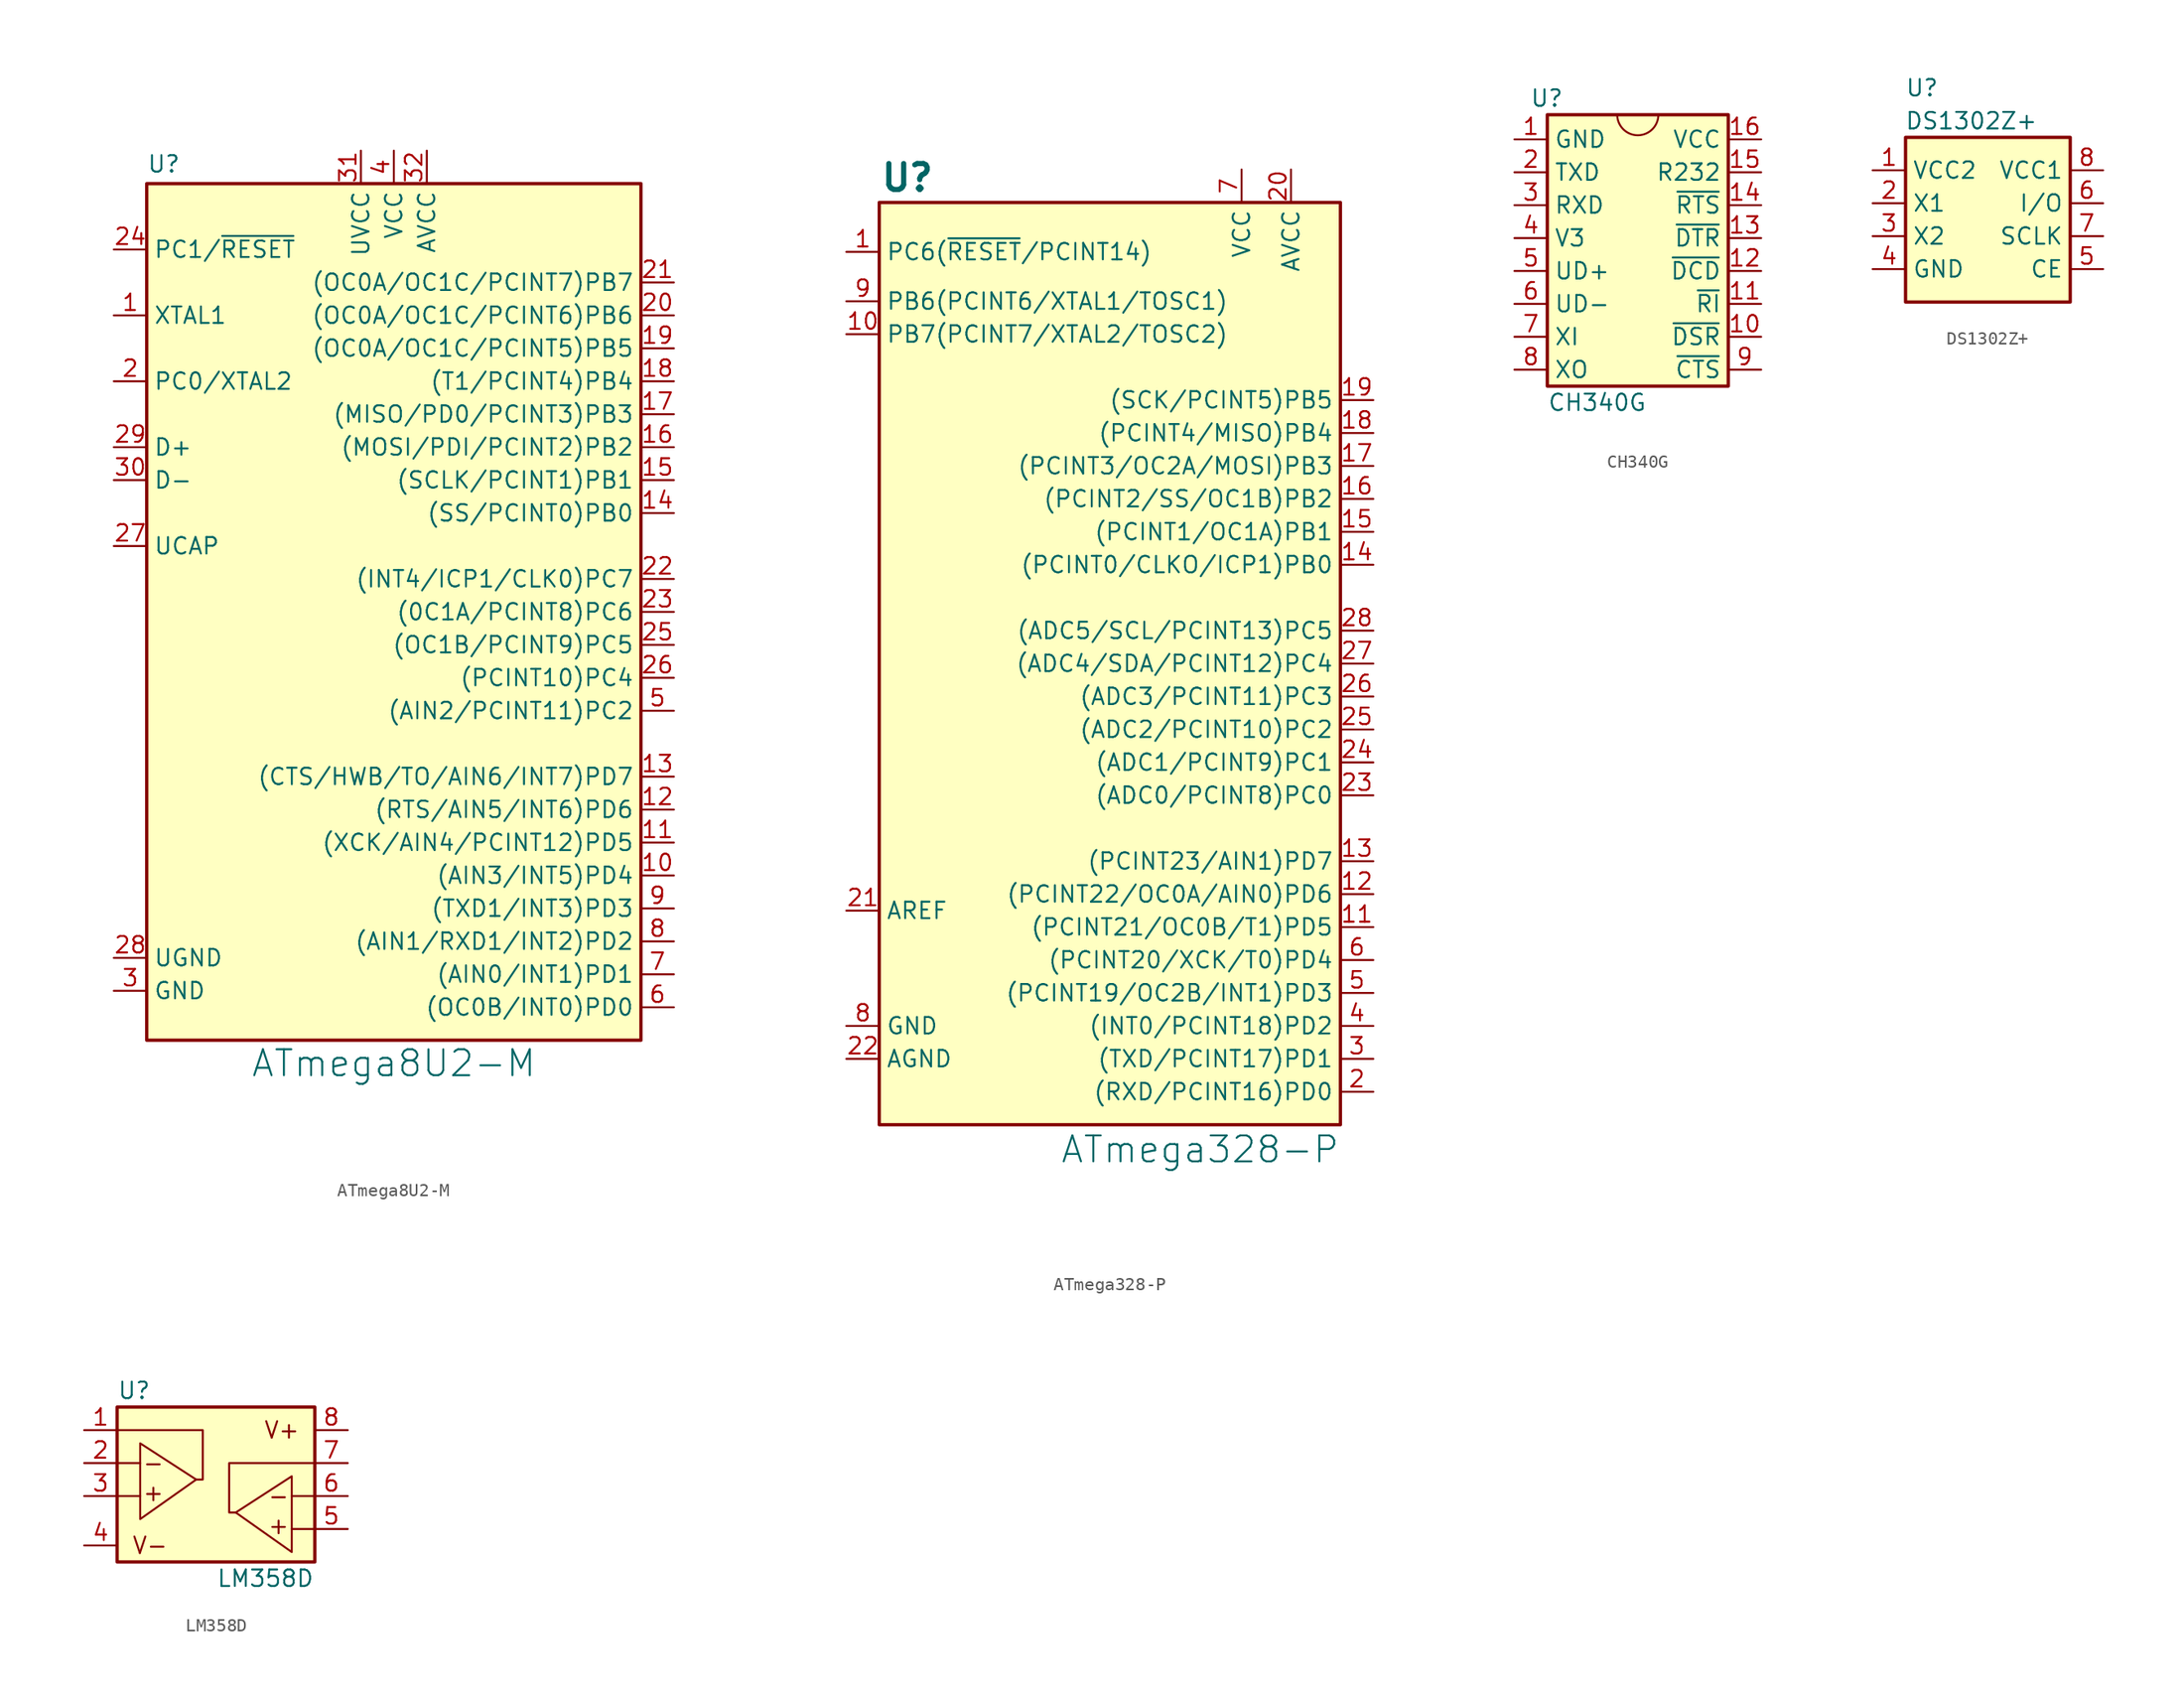
<source format=kicad_sym>
(kicad_symbol_lib
  (version 20220914)
  (generator kicad_symbol_editor)
  (symbol "ATmega8U2-M"
    (property "Reference" "U"
      (at -19.05 33.782 0)
      (do_not_autoplace)
      (effects (font (size 1.27 1.27)) (justify left bottom)))
    (property "Value" "ATmega8U2-M"
      (at 0 -34.798 0)
      (do_not_autoplace)
      (effects (font (size 2 2))))
    (symbol "ATmega8U2-M_0_1"
      (rectangle (start -19.05 33.02) (end 19.05 -33.02) (stroke (width 0.254) (type default)) (fill (type background))))
    (symbol "ATmega8U2-M_1_1"
      (pin input line (at -21.59 22.86 0) (length 2.54) (name "XTAL1" (effects (font (size 1.27 1.27)))) (number "1" (effects (font (size 1.27 1.27)))))
      (pin bidirectional line (at 21.59 -20.32 180) (length 2.54) (name "(AIN3/INT5)PD4" (effects (font (size 1.27 1.27)))) (number "10" (effects (font (size 1.27 1.27)))))
      (pin bidirectional line (at 21.59 -17.78 180) (length 2.54) (name "(XCK/AIN4/PCINT12)PD5" (effects (font (size 1.27 1.27)))) (number "11" (effects (font (size 1.27 1.27)))))
      (pin bidirectional line (at 21.59 -15.24 180) (length 2.54) (name "(RTS/AIN5/INT6)PD6" (effects (font (size 1.27 1.27)))) (number "12" (effects (font (size 1.27 1.27)))))
      (pin bidirectional line (at 21.59 -12.7 180) (length 2.54) (name "(CTS/HWB/TO/AIN6/INT7)PD7" (effects (font (size 1.27 1.27)))) (number "13" (effects (font (size 1.27 1.27)))))
      (pin bidirectional line (at 21.59 7.62 180) (length 2.54) (name "(SS/PCINT0)PB0" (effects (font (size 1.27 1.27)))) (number "14" (effects (font (size 1.27 1.27)))))
      (pin bidirectional line (at 21.59 10.16 180) (length 2.54) (name "(SCLK/PCINT1)PB1" (effects (font (size 1.27 1.27)))) (number "15" (effects (font (size 1.27 1.27)))))
      (pin bidirectional line (at 21.59 12.7 180) (length 2.54) (name "(MOSI/PDI/PCINT2)PB2" (effects (font (size 1.27 1.27)))) (number "16" (effects (font (size 1.27 1.27)))))
      (pin bidirectional line (at 21.59 15.24 180) (length 2.54) (name "(MISO/PD0/PCINT3)PB3" (effects (font (size 1.27 1.27)))) (number "17" (effects (font (size 1.27 1.27)))))
      (pin bidirectional line (at 21.59 17.78 180) (length 2.54) (name "(T1/PCINT4)PB4" (effects (font (size 1.27 1.27)))) (number "18" (effects (font (size 1.27 1.27)))))
      (pin bidirectional line (at 21.59 20.32 180) (length 2.54) (name "(OC0A/OC1C/PCINT5)PB5" (effects (font (size 1.27 1.27)))) (number "19" (effects (font (size 1.27 1.27)))))
      (pin bidirectional line (at -21.59 17.78 0) (length 2.54) (name "PC0/XTAL2" (effects (font (size 1.27 1.27)))) (number "2" (effects (font (size 1.27 1.27)))))
      (pin bidirectional line (at 21.59 22.86 180) (length 2.54) (name "(OC0A/OC1C/PCINT6)PB6" (effects (font (size 1.27 1.27)))) (number "20" (effects (font (size 1.27 1.27)))))
      (pin bidirectional line (at 21.59 25.4 180) (length 2.54) (name "(OC0A/OC1C/PCINT7)PB7" (effects (font (size 1.27 1.27)))) (number "21" (effects (font (size 1.27 1.27)))))
      (pin bidirectional line (at 21.59 2.54 180) (length 2.54) (name "(INT4/ICP1/CLK0)PC7" (effects (font (size 1.27 1.27)))) (number "22" (effects (font (size 1.27 1.27)))))
      (pin bidirectional line (at 21.59 0 180) (length 2.54) (name "(0C1A/PCINT8)PC6" (effects (font (size 1.27 1.27)))) (number "23" (effects (font (size 1.27 1.27)))))
      (pin bidirectional line (at -21.59 27.94 0) (length 2.54) (name "PC1/~{RESET}" (effects (font (size 1.27 1.27)))) (number "24" (effects (font (size 1.27 1.27)))))
      (pin bidirectional line (at 21.59 -2.54 180) (length 2.54) (name "(OC1B/PCINT9)PC5" (effects (font (size 1.27 1.27)))) (number "25" (effects (font (size 1.27 1.27)))))
      (pin bidirectional line (at 21.59 -5.08 180) (length 2.54) (name "(PCINT10)PC4" (effects (font (size 1.27 1.27)))) (number "26" (effects (font (size 1.27 1.27)))))
      (pin passive line (at -21.59 5.08 0) (length 2.54) (name "UCAP" (effects (font (size 1.27 1.27)))) (number "27" (effects (font (size 1.27 1.27)))))
      (pin power_in line (at -21.59 -26.67 0) (length 2.54) (name "UGND" (effects (font (size 1.27 1.27)))) (number "28" (effects (font (size 1.27 1.27)))))
      (pin bidirectional line (at -21.59 12.7 0) (length 2.54) (name "D+" (effects (font (size 1.27 1.27)))) (number "29" (effects (font (size 1.27 1.27)))))
      (pin power_in line (at -21.59 -29.21 0) (length 2.54) (name "GND" (effects (font (size 1.27 1.27)))) (number "3" (effects (font (size 1.27 1.27)))))
      (pin bidirectional line (at -21.59 10.16 0) (length 2.54) (name "D-" (effects (font (size 1.27 1.27)))) (number "30" (effects (font (size 1.27 1.27)))))
      (pin power_in line (at -2.54 35.56 270) (length 2.54) (name "UVCC" (effects (font (size 1.27 1.27)))) (number "31" (effects (font (size 1.27 1.27)))))
      (pin power_in line (at 2.54 35.56 270) (length 2.54) (name "AVCC" (effects (font (size 1.27 1.27)))) (number "32" (effects (font (size 1.27 1.27)))))
      (pin passive line (at -21.59 -29.21 0) (length 2.54) hide (name "GND" (effects (font (size 1.27 1.27)))) (number "33" (effects (font (size 1.27 1.27)))))
      (pin power_in line (at 0 35.56 270) (length 2.54) (name "VCC" (effects (font (size 1.27 1.27)))) (number "4" (effects (font (size 1.27 1.27)))))
      (pin bidirectional line (at 21.59 -7.62 180) (length 2.54) (name "(AIN2/PCINT11)PC2" (effects (font (size 1.27 1.27)))) (number "5" (effects (font (size 1.27 1.27)))))
      (pin bidirectional line (at 21.59 -30.48 180) (length 2.54) (name "(OC0B/INT0)PD0" (effects (font (size 1.27 1.27)))) (number "6" (effects (font (size 1.27 1.27)))))
      (pin bidirectional line (at 21.59 -27.94 180) (length 2.54) (name "(AIN0/INT1)PD1" (effects (font (size 1.27 1.27)))) (number "7" (effects (font (size 1.27 1.27)))))
      (pin bidirectional line (at 21.59 -25.4 180) (length 2.54) (name "(AIN1/RXD1/INT2)PD2" (effects (font (size 1.27 1.27)))) (number "8" (effects (font (size 1.27 1.27)))))
      (pin bidirectional line (at 21.59 -22.86 180) (length 2.54) (name "(TXD1/INT3)PD3" (effects (font (size 1.27 1.27)))) (number "9" (effects (font (size 1.27 1.27)))))))
  (symbol "ATmega328-P"
    (property "Reference" "U"
      (at -17.78 37.465 0)
      (do_not_autoplace)
      (effects (font (size 2 2) bold) (justify left)))
    (property "Value" "ATmega328-P"
      (at 17.78 -37.465 0)
      (do_not_autoplace)
      (effects (font (size 2 2)) (justify right)))
    (symbol "ATmega328-P_0_1"
      (rectangle (start -17.78 35.56) (end 17.78 -35.56) (stroke (width 0.254) (type default)) (fill (type background))))
    (symbol "ATmega328-P_1_1"
      (pin bidirectional line (at -20.32 31.75 0) (length 2.54) (name "PC6(~{RESET}/PCINT14)" (effects (font (size 1.27 1.27)))) (number "1" (effects (font (size 1.27 1.27)))))
      (pin bidirectional line (at -20.32 25.4 0) (length 2.54) (name "PB7(PCINT7/XTAL2/TOSC2)" (effects (font (size 1.27 1.27)))) (number "10" (effects (font (size 1.27 1.27)))))
      (pin bidirectional line (at 20.32 -20.32 180) (length 2.54) (name "(PCINT21/OC0B/T1)PD5" (effects (font (size 1.27 1.27)))) (number "11" (effects (font (size 1.27 1.27)))))
      (pin bidirectional line (at 20.32 -17.78 180) (length 2.54) (name "(PCINT22/OC0A/AIN0)PD6" (effects (font (size 1.27 1.27)))) (number "12" (effects (font (size 1.27 1.27)))))
      (pin bidirectional line (at 20.32 -15.24 180) (length 2.54) (name "(PCINT23/AIN1)PD7" (effects (font (size 1.27 1.27)))) (number "13" (effects (font (size 1.27 1.27)))))
      (pin bidirectional line (at 20.32 7.62 180) (length 2.54) (name "(PCINT0/CLKO/ICP1)PB0" (effects (font (size 1.27 1.27)))) (number "14" (effects (font (size 1.27 1.27)))))
      (pin bidirectional line (at 20.32 10.16 180) (length 2.54) (name "(PCINT1/OC1A)PB1" (effects (font (size 1.27 1.27)))) (number "15" (effects (font (size 1.27 1.27)))))
      (pin bidirectional line (at 20.32 12.7 180) (length 2.54) (name "(PCINT2/SS/OC1B)PB2" (effects (font (size 1.27 1.27)))) (number "16" (effects (font (size 1.27 1.27)))))
      (pin bidirectional line (at 20.32 15.24 180) (length 2.54) (name "(PCINT3/OC2A/MOSI)PB3" (effects (font (size 1.27 1.27)))) (number "17" (effects (font (size 1.27 1.27)))))
      (pin bidirectional line (at 20.32 17.78 180) (length 2.54) (name "(PCINT4/MISO)PB4" (effects (font (size 1.27 1.27)))) (number "18" (effects (font (size 1.27 1.27)))))
      (pin bidirectional line (at 20.32 20.32 180) (length 2.54) (name "(SCK/PCINT5)PB5" (effects (font (size 1.27 1.27)))) (number "19" (effects (font (size 1.27 1.27)))))
      (pin bidirectional line (at 20.32 -33.02 180) (length 2.54) (name "(RXD/PCINT16)PD0" (effects (font (size 1.27 1.27)))) (number "2" (effects (font (size 1.27 1.27)))))
      (pin power_in line (at 13.97 38.1 270) (length 2.54) (name "AVCC" (effects (font (size 1.27 1.27)))) (number "20" (effects (font (size 1.27 1.27)))))
      (pin passive line (at -20.32 -19.05 0) (length 2.54) (name "AREF" (effects (font (size 1.27 1.27)))) (number "21" (effects (font (size 1.27 1.27)))))
      (pin power_in line (at -20.32 -30.48 0) (length 2.54) (name "AGND" (effects (font (size 1.27 1.27)))) (number "22" (effects (font (size 1.27 1.27)))))
      (pin bidirectional line (at 20.32 -10.16 180) (length 2.54) (name "(ADC0/PCINT8)PC0" (effects (font (size 1.27 1.27)))) (number "23" (effects (font (size 1.27 1.27)))))
      (pin bidirectional line (at 20.32 -7.62 180) (length 2.54) (name "(ADC1/PCINT9)PC1" (effects (font (size 1.27 1.27)))) (number "24" (effects (font (size 1.27 1.27)))))
      (pin bidirectional line (at 20.32 -5.08 180) (length 2.54) (name "(ADC2/PCINT10)PC2" (effects (font (size 1.27 1.27)))) (number "25" (effects (font (size 1.27 1.27)))))
      (pin bidirectional line (at 20.32 -2.54 180) (length 2.54) (name "(ADC3/PCINT11)PC3" (effects (font (size 1.27 1.27)))) (number "26" (effects (font (size 1.27 1.27)))))
      (pin bidirectional line (at 20.32 0 180) (length 2.54) (name "(ADC4/SDA/PCINT12)PC4" (effects (font (size 1.27 1.27)))) (number "27" (effects (font (size 1.27 1.27)))))
      (pin bidirectional line (at 20.32 2.54 180) (length 2.54) (name "(ADC5/SCL/PCINT13)PC5" (effects (font (size 1.27 1.27)))) (number "28" (effects (font (size 1.27 1.27)))))
      (pin bidirectional line (at 20.32 -30.48 180) (length 2.54) (name "(TXD/PCINT17)PD1" (effects (font (size 1.27 1.27)))) (number "3" (effects (font (size 1.27 1.27)))))
      (pin bidirectional line (at 20.32 -27.94 180) (length 2.54) (name "(INT0/PCINT18)PD2" (effects (font (size 1.27 1.27)))) (number "4" (effects (font (size 1.27 1.27)))))
      (pin bidirectional line (at 20.32 -25.4 180) (length 2.54) (name "(PCINT19/OC2B/INT1)PD3" (effects (font (size 1.27 1.27)))) (number "5" (effects (font (size 1.27 1.27)))))
      (pin bidirectional line (at 20.32 -22.86 180) (length 2.54) (name "(PCINT20/XCK/T0)PD4" (effects (font (size 1.27 1.27)))) (number "6" (effects (font (size 1.27 1.27)))))
      (pin power_in line (at 10.16 38.1 270) (length 2.54) (name "VCC" (effects (font (size 1.27 1.27)))) (number "7" (effects (font (size 1.27 1.27)))))
      (pin power_in line (at -20.32 -27.94 0) (length 2.54) (name "GND" (effects (font (size 1.27 1.27)))) (number "8" (effects (font (size 1.27 1.27)))))
      (pin bidirectional line (at -20.32 27.94 0) (length 2.54) (name "PB6(PCINT6/XTAL1/TOSC1)" (effects (font (size 1.27 1.27)))) (number "9" (effects (font (size 1.27 1.27)))))))
  (symbol "CH340G"
    (property "Reference" "U"
      (at -5.715 12.065 0)
      (effects (font (size 1.27 1.27)) (justify right)))
    (property "Value" "CH340G"
      (at -6.985 -11.43 0)
      (effects (font (size 1.27 1.27)) (justify left)))
    (symbol "CH340G_0_1"
      (rectangle (start -6.985 10.795) (end 6.985 -10.16) (stroke (width 0.254) (type default)) (fill (type background)))
      (arc (start -1.5875 10.7772) (mid 0 9.2074) (end 1.5875 10.7772) (stroke (width 0) (type default)) (fill (type none))))
    (symbol "CH340G_1_1"
      (pin power_in line (at -9.525 8.89 0) (length 2.54) (name "GND" (effects (font (size 1.27 1.27)))) (number "1" (effects (font (size 1.27 1.27)))))
      (pin input line (at 9.525 -6.35 180) (length 2.54) (name "~{DSR}" (effects (font (size 1.27 1.27)))) (number "10" (effects (font (size 1.27 1.27)))))
      (pin input line (at 9.525 -3.81 180) (length 2.54) (name "~{RI}" (effects (font (size 1.27 1.27)))) (number "11" (effects (font (size 1.27 1.27)))))
      (pin input line (at 9.525 -1.27 180) (length 2.54) (name "~{DCD}" (effects (font (size 1.27 1.27)))) (number "12" (effects (font (size 1.27 1.27)))))
      (pin output line (at 9.525 1.27 180) (length 2.54) (name "~{DTR}" (effects (font (size 1.27 1.27)))) (number "13" (effects (font (size 1.27 1.27)))))
      (pin output line (at 9.525 3.81 180) (length 2.54) (name "~{RTS}" (effects (font (size 1.27 1.27)))) (number "14" (effects (font (size 1.27 1.27)))))
      (pin input line (at 9.525 6.35 180) (length 2.54) (name "R232" (effects (font (size 1.27 1.27)))) (number "15" (effects (font (size 1.27 1.27)))))
      (pin power_in line (at 9.525 8.89 180) (length 2.54) (name "VCC" (effects (font (size 1.27 1.27)))) (number "16" (effects (font (size 1.27 1.27)))))
      (pin output line (at -9.525 6.35 0) (length 2.54) (name "TXD" (effects (font (size 1.27 1.27)))) (number "2" (effects (font (size 1.27 1.27)))))
      (pin input line (at -9.525 3.81 0) (length 2.54) (name "RXD" (effects (font (size 1.27 1.27)))) (number "3" (effects (font (size 1.27 1.27)))))
      (pin passive line (at -9.525 1.27 0) (length 2.54) (name "V3" (effects (font (size 1.27 1.27)))) (number "4" (effects (font (size 1.27 1.27)))))
      (pin bidirectional line (at -9.525 -1.27 0) (length 2.54) (name "UD+" (effects (font (size 1.27 1.27)))) (number "5" (effects (font (size 1.27 1.27)))))
      (pin bidirectional line (at -9.525 -3.81 0) (length 2.54) (name "UD-" (effects (font (size 1.27 1.27)))) (number "6" (effects (font (size 1.27 1.27)))))
      (pin input line (at -9.525 -6.35 0) (length 2.54) (name "XI" (effects (font (size 1.27 1.27)))) (number "7" (effects (font (size 1.27 1.27)))))
      (pin output line (at -9.525 -8.89 0) (length 2.54) (name "XO" (effects (font (size 1.27 1.27)))) (number "8" (effects (font (size 1.27 1.27)))))
      (pin input line (at 9.525 -8.89 180) (length 2.54) (name "~{CTS}" (effects (font (size 1.27 1.27)))) (number "9" (effects (font (size 1.27 1.27)))))))
  (symbol "DS1302Z+"
    (property "Reference" "U"
      (at -5.08 10.16 0)
      (effects (font (size 1.27 1.27))))
    (property "Value" "DS1302Z+"
      (at -1.27 7.62 0)
      (effects (font (size 1.27 1.27))))
    (symbol "DS1302Z+_1_1"
      (rectangle (start -6.35 6.35) (end 6.35 -6.35) (stroke (width 0.254) (type default)) (fill (type background)))
      (pin power_in line (at -8.89 3.81 0) (length 2.54) (name "VCC2" (effects (font (size 1.27 1.27)))) (number "1" (effects (font (size 1.27 1.27)))))
      (pin input line (at -8.89 1.27 0) (length 2.54) (name "X1" (effects (font (size 1.27 1.27)))) (number "2" (effects (font (size 1.27 1.27)))))
      (pin input line (at -8.89 -1.27 0) (length 2.54) (name "X2" (effects (font (size 1.27 1.27)))) (number "3" (effects (font (size 1.27 1.27)))))
      (pin power_in line (at -8.89 -3.81 0) (length 2.54) (name "GND" (effects (font (size 1.27 1.27)))) (number "4" (effects (font (size 1.27 1.27)))))
      (pin input line (at 8.89 -3.81 180) (length 2.54) (name "CE" (effects (font (size 1.27 1.27)))) (number "5" (effects (font (size 1.27 1.27)))))
      (pin bidirectional line (at 8.89 1.27 180) (length 2.54) (name "I/O" (effects (font (size 1.27 1.27)))) (number "6" (effects (font (size 1.27 1.27)))))
      (pin input line (at 8.89 -1.27 180) (length 2.54) (name "SCLK" (effects (font (size 1.27 1.27)))) (number "7" (effects (font (size 1.27 1.27)))))
      (pin power_in line (at 8.89 3.81 180) (length 2.54) (name "VCC1" (effects (font (size 1.27 1.27)))) (number "8" (effects (font (size 1.27 1.27)))))))
  (symbol "LM358D"
    (pin_names hide)
    (property "Reference" "U"
      (at -7.62 6.858 0)
      (do_not_autoplace)
      (effects (font (size 1.27 1.27)) (justify left)))
    (property "Value" "LM358D"
      (at 3.81 -7.62 0)
      (do_not_autoplace)
      (effects (font (size 1.27 1.27))))
    (symbol "LM358D_0_1"
      (polyline (pts (xy -5.842 2.794) (xy -5.842 -3.048) (xy -1.524 0) (xy -5.842 2.794)) (stroke (width 0) (type default)) (fill (type none)))
      (polyline (pts (xy 5.842 0.254) (xy 5.842 -5.588) (xy 1.524 -2.54) (xy 5.842 0.254)) (stroke (width 0) (type default)) (fill (type none))))
    (symbol "LM358D_1_1"
      (rectangle (start -7.62 5.588) (end 7.62 -6.35) (stroke (width 0.254) (type default)) (fill (type background)))
      (polyline (pts (xy -7.62 -1.27) (xy -5.842 -1.27)) (stroke (width 0) (type default)) (fill (type none)))
      (polyline (pts (xy -7.62 1.27) (xy -5.842 1.27)) (stroke (width 0) (type default)) (fill (type none)))
      (polyline (pts (xy 7.62 -3.81) (xy 5.842 -3.81)) (stroke (width 0) (type default)) (fill (type none)))
      (polyline (pts (xy 7.62 -1.27) (xy 5.842 -1.27)) (stroke (width 0) (type default)) (fill (type none)))
      (polyline (pts (xy -7.62 3.81) (xy -1.016 3.81) (xy -1.016 0) (xy -1.524 0)) (stroke (width 0) (type default)) (fill (type none)))
      (polyline (pts (xy 7.62 1.27) (xy 1.016 1.27) (xy 1.016 -2.54) (xy 1.524 -2.54)) (stroke (width 0) (type default)) (fill (type none)))
      (text "+" (at -4.826 -1.016 0) (effects (font (size 1.27 1.27))))
      (text "+" (at 4.826 -3.556 0) (effects (font (size 1.27 1.27))))
      (text "-" (at -4.826 1.27 0) (effects (font (size 1.27 1.27))))
      (text "-" (at 4.826 -1.27 0) (effects (font (size 1.27 1.27))))
      (text "V+" (at 5.08 3.81 0) (effects (font (size 1.27 1.27))))
      (text "V-" (at -5.08 -5.08 0) (effects (font (size 1.27 1.27))))
      (pin output line (at -10.16 3.81 0) (length 2.54) (name "OUTA" (effects (font (size 1.27 1.27)))) (number "1" (effects (font (size 1.27 1.27)))))
      (pin input line (at -10.16 1.27 0) (length 2.54) (name "INPA-" (effects (font (size 1.27 1.27)))) (number "2" (effects (font (size 1.27 1.27)))))
      (pin input line (at -10.16 -1.27 0) (length 2.54) (name "INPA+" (effects (font (size 1.27 1.27)))) (number "3" (effects (font (size 1.27 1.27)))))
      (pin power_in line (at -10.16 -5.08 0) (length 2.54) (name "V-" (effects (font (size 1.27 1.27)))) (number "4" (effects (font (size 1.27 1.27)))))
      (pin input line (at 10.16 -3.81 180) (length 2.54) (name "INPB-" (effects (font (size 1.27 1.27)))) (number "5" (effects (font (size 1.27 1.27)))))
      (pin input line (at 10.16 -1.27 180) (length 2.54) (name "INPB+" (effects (font (size 1.27 1.27)))) (number "6" (effects (font (size 1.27 1.27)))))
      (pin output line (at 10.16 1.27 180) (length 2.54) (name "OUTB" (effects (font (size 1.27 1.27)))) (number "7" (effects (font (size 1.27 1.27)))))
      (pin power_in line (at 10.16 3.81 180) (length 2.54) (name "V+" (effects (font (size 1.27 1.27)))) (number "8" (effects (font (size 1.27 1.27))))))))
</source>
